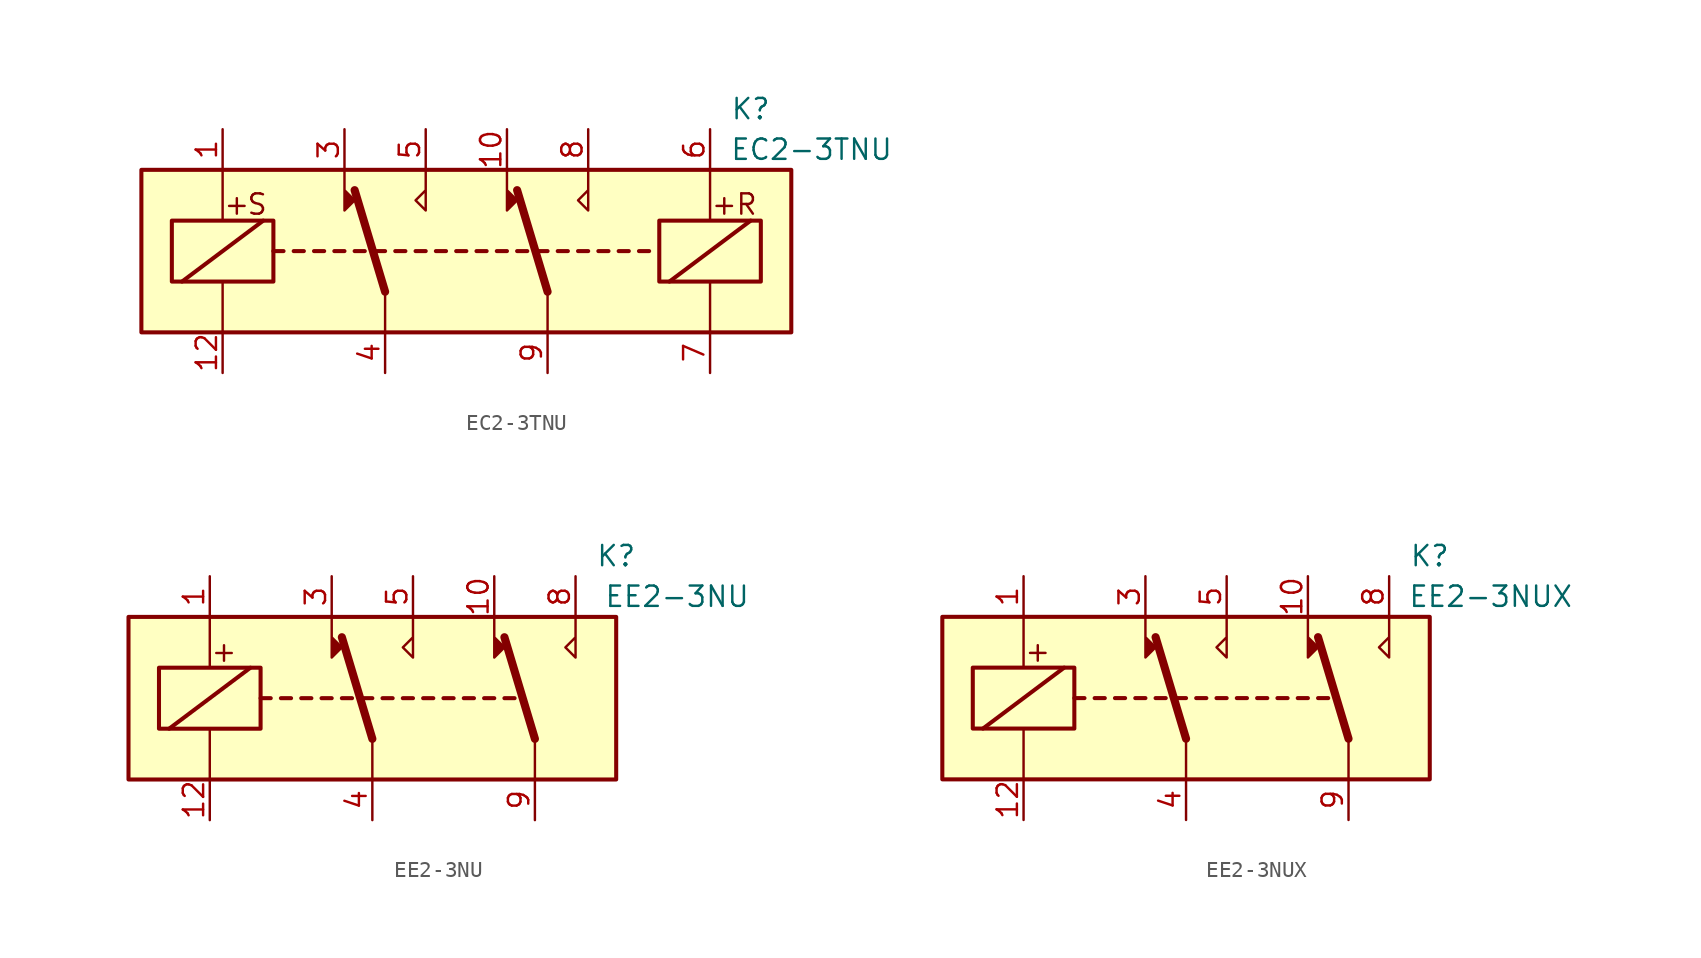
<source format=kicad_sym>
(kicad_symbol_lib
  (version 20241209)
  (generator "kicad_symbol_editor")
  (generator_version "9.0")
  (symbol "EC2-3TNU"
    (property "Reference" "K"
      (at 17.78 8.89 0)
      (effects (font (size 1.27 1.27))))
    (property "Value" "EC2-3TNU"
      (at 21.59 6.35 0)
      (effects (font (size 1.27 1.27))))
    (symbol "EC2-3TNU_1_1"
      (rectangle (start -20.32 5.08) (end 20.32 -5.08) (stroke (width 0.254) (type default)) (fill (type background)))
      (rectangle (start -18.415 1.905) (end -12.065 -1.905) (stroke (width 0.254) (type default)) (fill (type none)))
      (polyline (pts (xy -17.78 -1.905) (xy -12.7 1.905)) (stroke (width 0.254) (type default)) (fill (type none)))
      (polyline (pts (xy -15.24 5.08) (xy -15.24 1.905)) (stroke (width 0) (type default)) (fill (type none)))
      (polyline (pts (xy -15.24 -5.08) (xy -15.24 -1.905)) (stroke (width 0) (type default)) (fill (type none)))
      (polyline (pts (xy -12.065 0) (xy -11.43 0)) (stroke (width 0.254) (type default)) (fill (type none)))
      (polyline (pts (xy -10.795 0) (xy -10.16 0)) (stroke (width 0.254) (type default)) (fill (type none)))
      (polyline (pts (xy -9.525 0) (xy -8.89 0)) (stroke (width 0.254) (type default)) (fill (type none)))
      (polyline (pts (xy -8.255 0) (xy -7.62 0)) (stroke (width 0.254) (type default)) (fill (type none)))
      (polyline (pts (xy -7.62 5.08) (xy -7.62 2.54) (xy -6.985 3.175) (xy -7.62 3.81)) (stroke (width 0) (type default)) (fill (type outline)))
      (polyline (pts (xy -6.985 0) (xy -6.35 0)) (stroke (width 0.254) (type default)) (fill (type none)))
      (polyline (pts (xy -5.715 0) (xy -5.08 0)) (stroke (width 0.254) (type default)) (fill (type none)))
      (polyline (pts (xy -5.08 -2.54) (xy -6.985 3.81)) (stroke (width 0.508) (type default)) (fill (type none)))
      (polyline (pts (xy -5.08 -2.54) (xy -5.08 -5.08)) (stroke (width 0) (type default)) (fill (type none)))
      (polyline (pts (xy -4.445 0) (xy -3.81 0)) (stroke (width 0.254) (type default)) (fill (type none)))
      (polyline (pts (xy -3.175 0) (xy -2.54 0)) (stroke (width 0.254) (type default)) (fill (type none)))
      (polyline (pts (xy -2.54 5.08) (xy -2.54 2.54) (xy -3.175 3.175) (xy -2.54 3.81)) (stroke (width 0) (type default)) (fill (type none)))
      (polyline (pts (xy -1.905 0) (xy -1.27 0)) (stroke (width 0.254) (type default)) (fill (type none)))
      (polyline (pts (xy -0.635 0) (xy 0 0)) (stroke (width 0.254) (type default)) (fill (type none)))
      (polyline (pts (xy 0.635 0) (xy 1.27 0)) (stroke (width 0.254) (type default)) (fill (type none)))
      (polyline (pts (xy 1.905 0) (xy 2.54 0)) (stroke (width 0.254) (type default)) (fill (type none)))
      (polyline (pts (xy 2.54 5.08) (xy 2.54 2.54) (xy 3.175 3.175) (xy 2.54 3.81)) (stroke (width 0) (type default)) (fill (type outline)))
      (polyline (pts (xy 3.175 0) (xy 3.81 0)) (stroke (width 0.254) (type default)) (fill (type none)))
      (polyline (pts (xy 4.445 0) (xy 5.08 0)) (stroke (width 0.254) (type default)) (fill (type none)))
      (polyline (pts (xy 5.08 -2.54) (xy 3.175 3.81)) (stroke (width 0.508) (type default)) (fill (type none)))
      (polyline (pts (xy 5.08 -2.54) (xy 5.08 -5.08)) (stroke (width 0) (type default)) (fill (type none)))
      (polyline (pts (xy 5.715 0) (xy 6.35 0)) (stroke (width 0.254) (type default)) (fill (type none)))
      (polyline (pts (xy 6.985 0) (xy 7.62 0)) (stroke (width 0.254) (type default)) (fill (type none)))
      (polyline (pts (xy 7.62 5.08) (xy 7.62 2.54) (xy 6.985 3.175) (xy 7.62 3.81)) (stroke (width 0) (type default)) (fill (type none)))
      (polyline (pts (xy 8.255 0) (xy 8.89 0)) (stroke (width 0.254) (type default)) (fill (type none)))
      (polyline (pts (xy 9.525 0) (xy 10.16 0)) (stroke (width 0.254) (type default)) (fill (type none)))
      (polyline (pts (xy 10.795 0) (xy 11.43 0)) (stroke (width 0.254) (type default)) (fill (type none)))
      (rectangle (start 12.065 1.905) (end 18.415 -1.905) (stroke (width 0.254) (type default)) (fill (type none)))
      (polyline (pts (xy 12.7 -1.905) (xy 17.78 1.905)) (stroke (width 0.254) (type default)) (fill (type none)))
      (polyline (pts (xy 15.24 5.08) (xy 15.24 1.905)) (stroke (width 0) (type default)) (fill (type none)))
      (polyline (pts (xy 15.24 -5.08) (xy 15.24 -1.905)) (stroke (width 0) (type default)) (fill (type none)))
      (text "+" (at -14.351 2.921 0) (effects (font (size 1.27 1.27))))
      (text "S" (at -13.081 2.921 0) (effects (font (size 1.27 1.27))))
      (text "+" (at 16.129 2.921 0) (effects (font (size 1.27 1.27))))
      (text "R" (at 17.526 2.921 0) (effects (font (size 1.27 1.27))))
      (pin passive line (at -15.24 7.62 270) (length 2.54) (name "~" (effects (font (size 1.27 1.27)))) (number "1" (effects (font (size 1.27 1.27)))))
      (pin passive line (at -15.24 -7.62 90) (length 2.54) (name "~" (effects (font (size 1.27 1.27)))) (number "12" (effects (font (size 1.27 1.27)))))
      (pin passive line (at -7.62 7.62 270) (length 2.54) (name "~" (effects (font (size 1.27 1.27)))) (number "3" (effects (font (size 1.27 1.27)))))
      (pin passive line (at -5.08 -7.62 90) (length 2.54) (name "~" (effects (font (size 1.27 1.27)))) (number "4" (effects (font (size 1.27 1.27)))))
      (pin passive line (at -2.54 7.62 270) (length 2.54) (name "~" (effects (font (size 1.27 1.27)))) (number "5" (effects (font (size 1.27 1.27)))))
      (pin passive line (at 2.54 7.62 270) (length 2.54) (name "~" (effects (font (size 1.27 1.27)))) (number "10" (effects (font (size 1.27 1.27)))))
      (pin passive line (at 5.08 -7.62 90) (length 2.54) (name "~" (effects (font (size 1.27 1.27)))) (number "9" (effects (font (size 1.27 1.27)))))
      (pin passive line (at 7.62 7.62 270) (length 2.54) (name "~" (effects (font (size 1.27 1.27)))) (number "8" (effects (font (size 1.27 1.27)))))
      (pin passive line (at 15.24 7.62 270) (length 2.54) (name "~" (effects (font (size 1.27 1.27)))) (number "6" (effects (font (size 1.27 1.27)))))
      (pin passive line (at 15.24 -7.62 90) (length 2.54) (name "~" (effects (font (size 1.27 1.27)))) (number "7" (effects (font (size 1.27 1.27)))))))
  (symbol "EE2-3NU"
    (property "Reference" "K"
      (at 15.24 8.89 0)
      (effects (font (size 1.27 1.27))))
    (property "Value" "EE2-3NU"
      (at 19.05 6.35 0)
      (effects (font (size 1.27 1.27))))
    (symbol "EE2-3NU_1_1"
      (rectangle (start -15.24 5.08) (end 15.24 -5.08) (stroke (width 0.254) (type default)) (fill (type background)))
      (rectangle (start -13.335 1.905) (end -6.985 -1.905) (stroke (width 0.254) (type default)) (fill (type none)))
      (polyline (pts (xy -12.7 -1.905) (xy -7.62 1.905)) (stroke (width 0.254) (type default)) (fill (type none)))
      (polyline (pts (xy -10.16 5.08) (xy -10.16 1.905)) (stroke (width 0) (type default)) (fill (type none)))
      (polyline (pts (xy -10.16 -5.08) (xy -10.16 -1.905)) (stroke (width 0) (type default)) (fill (type none)))
      (polyline (pts (xy -6.985 0) (xy -6.35 0)) (stroke (width 0.254) (type default)) (fill (type none)))
      (polyline (pts (xy -5.715 0) (xy -5.08 0)) (stroke (width 0.254) (type default)) (fill (type none)))
      (polyline (pts (xy -4.445 0) (xy -3.81 0)) (stroke (width 0.254) (type default)) (fill (type none)))
      (polyline (pts (xy -3.175 0) (xy -2.54 0)) (stroke (width 0.254) (type default)) (fill (type none)))
      (polyline (pts (xy -2.54 5.08) (xy -2.54 2.54) (xy -1.905 3.175) (xy -2.54 3.81)) (stroke (width 0) (type default)) (fill (type outline)))
      (polyline (pts (xy -1.905 0) (xy -1.27 0)) (stroke (width 0.254) (type default)) (fill (type none)))
      (polyline (pts (xy -0.635 0) (xy 0 0)) (stroke (width 0.254) (type default)) (fill (type none)))
      (polyline (pts (xy 0 -2.54) (xy -1.905 3.81)) (stroke (width 0.508) (type default)) (fill (type none)))
      (polyline (pts (xy 0 -2.54) (xy 0 -5.08)) (stroke (width 0) (type default)) (fill (type none)))
      (polyline (pts (xy 0.635 0) (xy 1.27 0)) (stroke (width 0.254) (type default)) (fill (type none)))
      (polyline (pts (xy 1.905 0) (xy 2.54 0)) (stroke (width 0.254) (type default)) (fill (type none)))
      (polyline (pts (xy 2.54 5.08) (xy 2.54 2.54) (xy 1.905 3.175) (xy 2.54 3.81)) (stroke (width 0) (type default)) (fill (type none)))
      (polyline (pts (xy 3.175 0) (xy 3.81 0)) (stroke (width 0.254) (type default)) (fill (type none)))
      (polyline (pts (xy 4.445 0) (xy 5.08 0)) (stroke (width 0.254) (type default)) (fill (type none)))
      (polyline (pts (xy 5.715 0) (xy 6.35 0)) (stroke (width 0.254) (type default)) (fill (type none)))
      (polyline (pts (xy 6.985 0) (xy 7.62 0)) (stroke (width 0.254) (type default)) (fill (type none)))
      (polyline (pts (xy 7.62 5.08) (xy 7.62 2.54) (xy 8.255 3.175) (xy 7.62 3.81)) (stroke (width 0) (type default)) (fill (type outline)))
      (polyline (pts (xy 8.255 0) (xy 8.89 0)) (stroke (width 0.254) (type default)) (fill (type none)))
      (polyline (pts (xy 10.16 -2.54) (xy 8.255 3.81)) (stroke (width 0.508) (type default)) (fill (type none)))
      (polyline (pts (xy 10.16 -2.54) (xy 10.16 -5.08)) (stroke (width 0) (type default)) (fill (type none)))
      (polyline (pts (xy 12.7 5.08) (xy 12.7 2.54) (xy 12.065 3.175) (xy 12.7 3.81)) (stroke (width 0) (type default)) (fill (type none)))
      (text "+" (at -9.271 2.921 0) (effects (font (size 1.27 1.27))))
      (pin passive line (at -10.16 7.62 270) (length 2.54) (name "~" (effects (font (size 1.27 1.27)))) (number "1" (effects (font (size 1.27 1.27)))))
      (pin passive line (at -10.16 -7.62 90) (length 2.54) (name "~" (effects (font (size 1.27 1.27)))) (number "12" (effects (font (size 1.27 1.27)))))
      (pin passive line (at -2.54 7.62 270) (length 2.54) (name "~" (effects (font (size 1.27 1.27)))) (number "3" (effects (font (size 1.27 1.27)))))
      (pin passive line (at 0 -7.62 90) (length 2.54) (name "~" (effects (font (size 1.27 1.27)))) (number "4" (effects (font (size 1.27 1.27)))))
      (pin passive line (at 2.54 7.62 270) (length 2.54) (name "~" (effects (font (size 1.27 1.27)))) (number "5" (effects (font (size 1.27 1.27)))))
      (pin passive line (at 7.62 7.62 270) (length 2.54) (name "~" (effects (font (size 1.27 1.27)))) (number "10" (effects (font (size 1.27 1.27)))))
      (pin passive line (at 10.16 -7.62 90) (length 2.54) (name "~" (effects (font (size 1.27 1.27)))) (number "9" (effects (font (size 1.27 1.27)))))
      (pin passive line (at 12.7 7.62 270) (length 2.54) (name "~" (effects (font (size 1.27 1.27)))) (number "8" (effects (font (size 1.27 1.27)))))))
  (symbol "EE2-3NUX"
    (property "Reference" "K"
      (at 15.24 8.89 0)
      (effects (font (size 1.27 1.27))))
    (property "Value" "EE2-3NUX"
      (at 19.05 6.35 0)
      (effects (font (size 1.27 1.27))))
    (symbol "EE2-3NUX_1_1"
      (rectangle (start -15.24 5.08) (end 15.24 -5.08) (stroke (width 0.254) (type default)) (fill (type background)))
      (rectangle (start -13.335 1.905) (end -6.985 -1.905) (stroke (width 0.254) (type default)) (fill (type none)))
      (polyline (pts (xy -12.7 -1.905) (xy -7.62 1.905)) (stroke (width 0.254) (type default)) (fill (type none)))
      (polyline (pts (xy -10.16 5.08) (xy -10.16 1.905)) (stroke (width 0) (type default)) (fill (type none)))
      (polyline (pts (xy -10.16 -5.08) (xy -10.16 -1.905)) (stroke (width 0) (type default)) (fill (type none)))
      (polyline (pts (xy -6.985 0) (xy -6.35 0)) (stroke (width 0.254) (type default)) (fill (type none)))
      (polyline (pts (xy -5.715 0) (xy -5.08 0)) (stroke (width 0.254) (type default)) (fill (type none)))
      (polyline (pts (xy -4.445 0) (xy -3.81 0)) (stroke (width 0.254) (type default)) (fill (type none)))
      (polyline (pts (xy -3.175 0) (xy -2.54 0)) (stroke (width 0.254) (type default)) (fill (type none)))
      (polyline (pts (xy -2.54 5.08) (xy -2.54 2.54) (xy -1.905 3.175) (xy -2.54 3.81)) (stroke (width 0) (type default)) (fill (type outline)))
      (polyline (pts (xy -1.905 0) (xy -1.27 0)) (stroke (width 0.254) (type default)) (fill (type none)))
      (polyline (pts (xy -0.635 0) (xy 0 0)) (stroke (width 0.254) (type default)) (fill (type none)))
      (polyline (pts (xy 0 -2.54) (xy -1.905 3.81)) (stroke (width 0.508) (type default)) (fill (type none)))
      (polyline (pts (xy 0 -2.54) (xy 0 -5.08)) (stroke (width 0) (type default)) (fill (type none)))
      (polyline (pts (xy 0.635 0) (xy 1.27 0)) (stroke (width 0.254) (type default)) (fill (type none)))
      (polyline (pts (xy 1.905 0) (xy 2.54 0)) (stroke (width 0.254) (type default)) (fill (type none)))
      (polyline (pts (xy 2.54 5.08) (xy 2.54 2.54) (xy 1.905 3.175) (xy 2.54 3.81)) (stroke (width 0) (type default)) (fill (type none)))
      (polyline (pts (xy 3.175 0) (xy 3.81 0)) (stroke (width 0.254) (type default)) (fill (type none)))
      (polyline (pts (xy 4.445 0) (xy 5.08 0)) (stroke (width 0.254) (type default)) (fill (type none)))
      (polyline (pts (xy 5.715 0) (xy 6.35 0)) (stroke (width 0.254) (type default)) (fill (type none)))
      (polyline (pts (xy 6.985 0) (xy 7.62 0)) (stroke (width 0.254) (type default)) (fill (type none)))
      (polyline (pts (xy 7.62 5.08) (xy 7.62 2.54) (xy 8.255 3.175) (xy 7.62 3.81)) (stroke (width 0) (type default)) (fill (type outline)))
      (polyline (pts (xy 8.255 0) (xy 8.89 0)) (stroke (width 0.254) (type default)) (fill (type none)))
      (polyline (pts (xy 10.16 -2.54) (xy 8.255 3.81)) (stroke (width 0.508) (type default)) (fill (type none)))
      (polyline (pts (xy 10.16 -2.54) (xy 10.16 -5.08)) (stroke (width 0) (type default)) (fill (type none)))
      (polyline (pts (xy 12.7 5.08) (xy 12.7 2.54) (xy 12.065 3.175) (xy 12.7 3.81)) (stroke (width 0) (type default)) (fill (type none)))
      (text "+" (at -9.271 2.921 0) (effects (font (size 1.27 1.27))))
      (pin passive line (at -10.16 7.62 270) (length 2.54) (name "~" (effects (font (size 1.27 1.27)))) (number "1" (effects (font (size 1.27 1.27)))))
      (pin passive line (at -10.16 -7.62 90) (length 2.54) (name "~" (effects (font (size 1.27 1.27)))) (number "12" (effects (font (size 1.27 1.27)))))
      (pin passive line (at -2.54 7.62 270) (length 2.54) (name "~" (effects (font (size 1.27 1.27)))) (number "3" (effects (font (size 1.27 1.27)))))
      (pin passive line (at 0 -7.62 90) (length 2.54) (name "~" (effects (font (size 1.27 1.27)))) (number "4" (effects (font (size 1.27 1.27)))))
      (pin passive line (at 2.54 7.62 270) (length 2.54) (name "~" (effects (font (size 1.27 1.27)))) (number "5" (effects (font (size 1.27 1.27)))))
      (pin passive line (at 7.62 7.62 270) (length 2.54) (name "~" (effects (font (size 1.27 1.27)))) (number "10" (effects (font (size 1.27 1.27)))))
      (pin passive line (at 10.16 -7.62 90) (length 2.54) (name "~" (effects (font (size 1.27 1.27)))) (number "9" (effects (font (size 1.27 1.27)))))
      (pin passive line (at 12.7 7.62 270) (length 2.54) (name "~" (effects (font (size 1.27 1.27)))) (number "8" (effects (font (size 1.27 1.27))))))))
</source>
